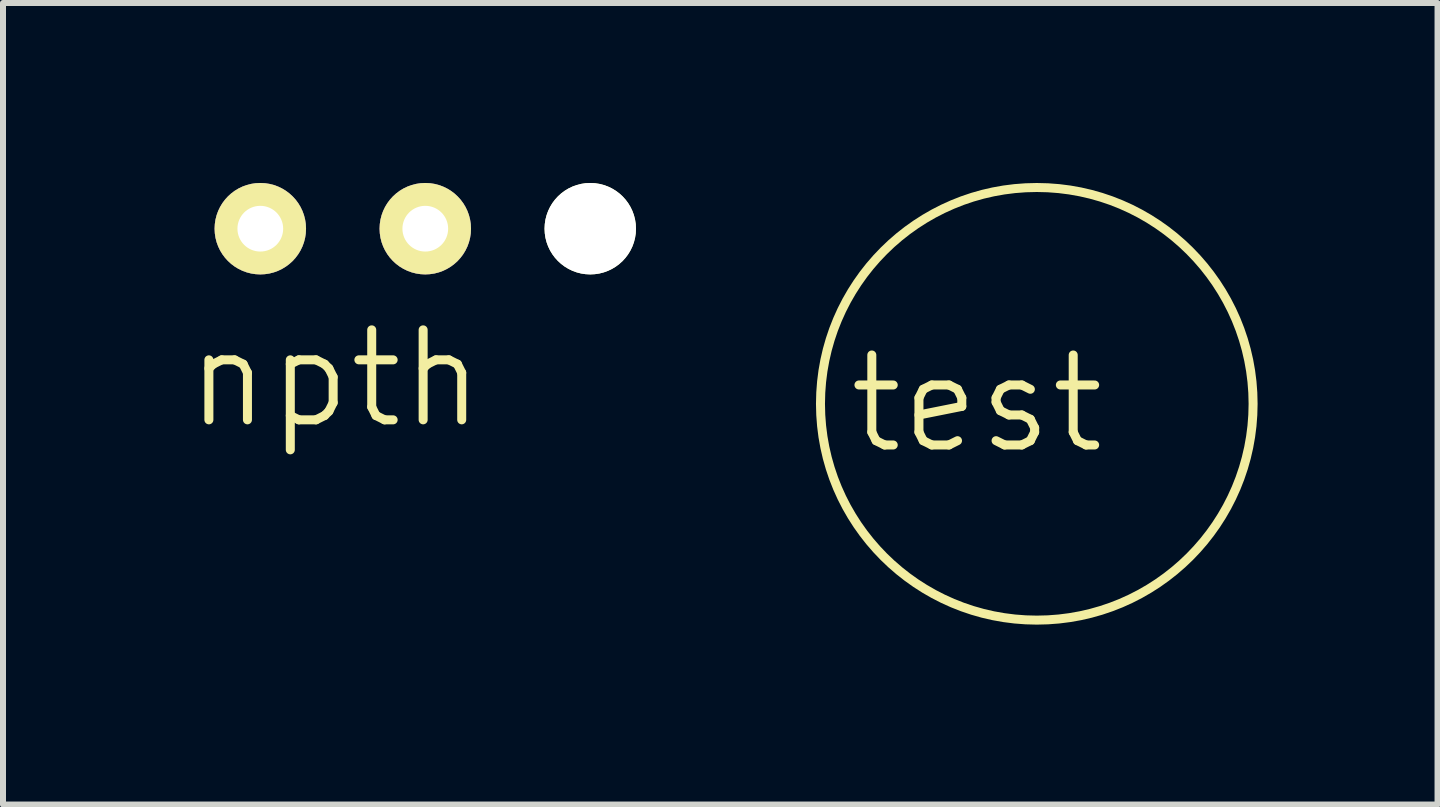
<source format=kicad_pcb>
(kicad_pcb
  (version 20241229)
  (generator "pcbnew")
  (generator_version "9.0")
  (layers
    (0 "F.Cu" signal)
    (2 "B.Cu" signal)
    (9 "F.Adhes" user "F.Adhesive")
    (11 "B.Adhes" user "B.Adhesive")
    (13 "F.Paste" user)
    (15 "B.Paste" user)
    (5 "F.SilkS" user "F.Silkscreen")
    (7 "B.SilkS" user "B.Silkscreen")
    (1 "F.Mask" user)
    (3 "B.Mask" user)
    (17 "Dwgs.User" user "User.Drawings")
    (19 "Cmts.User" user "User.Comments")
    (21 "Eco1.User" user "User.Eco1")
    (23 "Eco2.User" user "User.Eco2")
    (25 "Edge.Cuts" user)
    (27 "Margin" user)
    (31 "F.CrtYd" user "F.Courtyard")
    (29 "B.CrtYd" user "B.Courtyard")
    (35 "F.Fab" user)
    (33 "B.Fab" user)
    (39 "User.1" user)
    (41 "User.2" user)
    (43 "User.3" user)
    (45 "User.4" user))
  (footprint "test"
    (layer "F.Cu")
    (at 13.232 3.681)
    (property "Reference" "test" (at 0 0 0) (layer "F.SilkS") (effects (font (size 1.5 1.5) (thickness 0.15))))
    (attr through_hole)
    (fp_circle (center 1 0) (end 4 2) (stroke (width 0.15) (type solid)) (fill no) (layer "F.SilkS")))
  (footprint "npth"
    (layer "F.Cu")
    (at 2.539 3.262)
    (property "Reference" "npth" (at 0 0 0) (layer "F.SilkS") (effects (font (size 1.5 1.5) (thickness 0.15))))
    (attr through_hole)
    (pad "" np_thru_hole circle (at 1.5 -2.5) (size 1.524 1.524) (drill 0.762) (layers "*.Cu" "*.Mask" "F.SilkS"))
    (pad "" np_thru_hole circle (at 4.25 -2.5) (size 1.524 1.524) (drill 1.524) (layers "*.Cu" "*.Mask" "F.SilkS"))
    (pad "1" thru_hole circle (at -1.25 -2.5) (size 1.524 1.524) (drill 0.762) (layers "*.Cu" "*.Mask" "F.SilkS")))
  (gr_rect
    (start -3 -3)
    (end 20.912 10.361)
    (stroke (width 0.1) (type default))
    (fill no)
    (layer "Edge.Cuts")))
</source>
